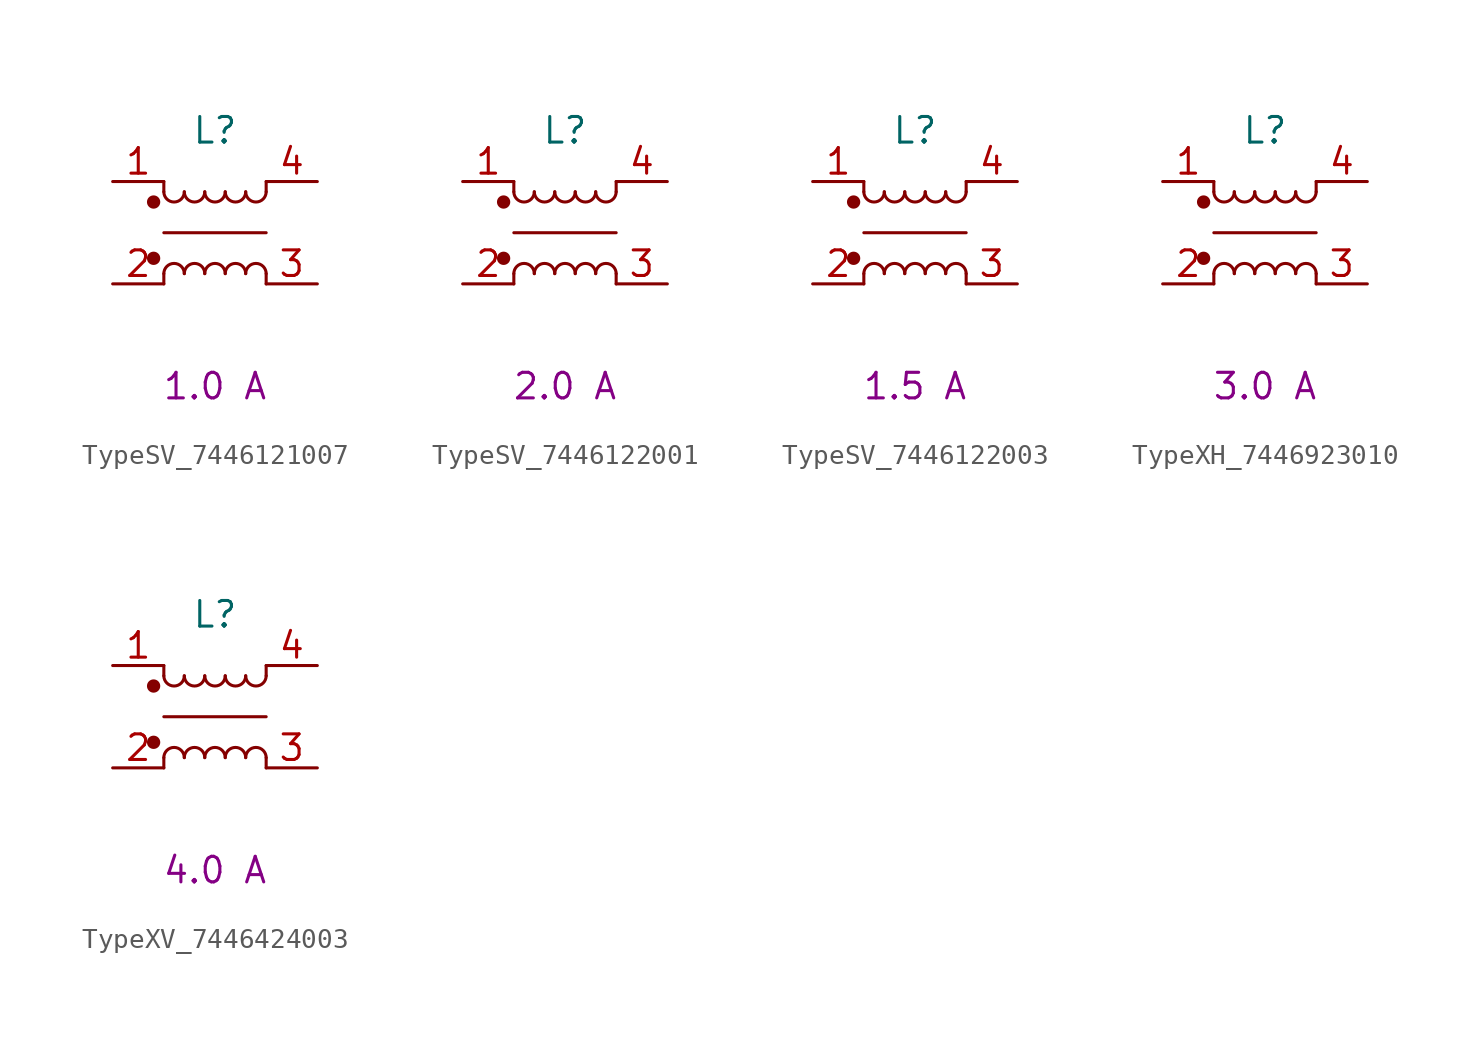
<source format=kicad_sym>
(kicad_symbol_lib
  (version 20220914)
  (generator kicad_symbol_editor)
  (symbol "TypeSV_7446121007"
    (pin_names hide)
    (property "Reference" "L"
      (at 0 5.08 0)
      (effects (font (size 1.27 1.27))))
    (property "Critical Parameter" "1.0 A"
      (at 0 -7.62 0)
      (effects (font (size 1.27 1.27))))
    (symbol "TypeSV_7446121007_0_1"
      (circle (center -3.048 -1.27) (radius 0.254) (stroke (width 0) (type default)) (fill (type outline)))
      (circle (center -3.048 1.524) (radius 0.254) (stroke (width 0) (type default)) (fill (type outline)))
      (arc (start -2.54 2.032) (mid -2.032 1.5262) (end -1.524 2.032) (stroke (width 0) (type default)) (fill (type none)))
      (arc (start -1.524 -2.032) (mid -2.032 -1.5262) (end -2.54 -2.032) (stroke (width 0) (type default)) (fill (type none)))
      (arc (start -1.524 2.032) (mid -1.016 1.5262) (end -0.508 2.032) (stroke (width 0) (type default)) (fill (type none)))
      (arc (start -0.508 -2.032) (mid -1.016 -1.5262) (end -1.524 -2.032) (stroke (width 0) (type default)) (fill (type none)))
      (arc (start -0.508 2.032) (mid 0 1.5262) (end 0.508 2.032) (stroke (width 0) (type default)) (fill (type none)))
      (polyline (pts (xy -2.54 -2.032) (xy -2.54 -2.54)) (stroke (width 0) (type default)) (fill (type none)))
      (polyline (pts (xy -2.54 2.032) (xy -2.54 2.54)) (stroke (width 0) (type default)) (fill (type none)))
      (polyline (pts (xy 2.54 -2.032) (xy 2.54 -2.54)) (stroke (width 0) (type default)) (fill (type none)))
      (polyline (pts (xy 2.54 0) (xy -2.54 0)) (stroke (width 0) (type default)) (fill (type none)))
      (polyline (pts (xy 2.54 2.54) (xy 2.54 2.032)) (stroke (width 0) (type default)) (fill (type none)))
      (arc (start 0.508 -2.032) (mid 0 -1.5262) (end -0.508 -2.032) (stroke (width 0) (type default)) (fill (type none)))
      (arc (start 0.508 2.032) (mid 1.016 1.5262) (end 1.524 2.032) (stroke (width 0) (type default)) (fill (type none)))
      (arc (start 1.524 -2.032) (mid 1.016 -1.5262) (end 0.508 -2.032) (stroke (width 0) (type default)) (fill (type none)))
      (arc (start 1.524 2.032) (mid 2.032 1.5262) (end 2.54 2.032) (stroke (width 0) (type default)) (fill (type none)))
      (arc (start 2.54 -2.032) (mid 2.032 -1.5262) (end 1.524 -2.032) (stroke (width 0) (type default)) (fill (type none))))
    (symbol "TypeSV_7446121007_1_1"
      (pin passive line (at -5.08 2.54 0) (length 2.54) (name "1" (effects (font (size 1.27 1.27)))) (number "1" (effects (font (size 1.27 1.27)))))
      (pin passive line (at -5.08 -2.54 0) (length 2.54) (name "2" (effects (font (size 1.27 1.27)))) (number "2" (effects (font (size 1.27 1.27)))))
      (pin passive line (at 5.08 -2.54 180) (length 2.54) (name "3" (effects (font (size 1.27 1.27)))) (number "3" (effects (font (size 1.27 1.27)))))
      (pin passive line (at 5.08 2.54 180) (length 2.54) (name "4" (effects (font (size 1.27 1.27)))) (number "4" (effects (font (size 1.27 1.27)))))))
  (symbol "TypeSV_7446122001"
    (pin_names hide)
    (property "Reference" "L"
      (at 0 5.08 0)
      (effects (font (size 1.27 1.27))))
    (property "Critical Parameter" "2.0 A"
      (at 0 -7.62 0)
      (effects (font (size 1.27 1.27))))
    (symbol "TypeSV_7446122001_0_1"
      (circle (center -3.048 -1.27) (radius 0.254) (stroke (width 0) (type default)) (fill (type outline)))
      (circle (center -3.048 1.524) (radius 0.254) (stroke (width 0) (type default)) (fill (type outline)))
      (arc (start -2.54 2.032) (mid -2.032 1.5262) (end -1.524 2.032) (stroke (width 0) (type default)) (fill (type none)))
      (arc (start -1.524 -2.032) (mid -2.032 -1.5262) (end -2.54 -2.032) (stroke (width 0) (type default)) (fill (type none)))
      (arc (start -1.524 2.032) (mid -1.016 1.5262) (end -0.508 2.032) (stroke (width 0) (type default)) (fill (type none)))
      (arc (start -0.508 -2.032) (mid -1.016 -1.5262) (end -1.524 -2.032) (stroke (width 0) (type default)) (fill (type none)))
      (arc (start -0.508 2.032) (mid 0 1.5262) (end 0.508 2.032) (stroke (width 0) (type default)) (fill (type none)))
      (polyline (pts (xy -2.54 -2.032) (xy -2.54 -2.54)) (stroke (width 0) (type default)) (fill (type none)))
      (polyline (pts (xy -2.54 2.032) (xy -2.54 2.54)) (stroke (width 0) (type default)) (fill (type none)))
      (polyline (pts (xy 2.54 -2.032) (xy 2.54 -2.54)) (stroke (width 0) (type default)) (fill (type none)))
      (polyline (pts (xy 2.54 0) (xy -2.54 0)) (stroke (width 0) (type default)) (fill (type none)))
      (polyline (pts (xy 2.54 2.54) (xy 2.54 2.032)) (stroke (width 0) (type default)) (fill (type none)))
      (arc (start 0.508 -2.032) (mid 0 -1.5262) (end -0.508 -2.032) (stroke (width 0) (type default)) (fill (type none)))
      (arc (start 0.508 2.032) (mid 1.016 1.5262) (end 1.524 2.032) (stroke (width 0) (type default)) (fill (type none)))
      (arc (start 1.524 -2.032) (mid 1.016 -1.5262) (end 0.508 -2.032) (stroke (width 0) (type default)) (fill (type none)))
      (arc (start 1.524 2.032) (mid 2.032 1.5262) (end 2.54 2.032) (stroke (width 0) (type default)) (fill (type none)))
      (arc (start 2.54 -2.032) (mid 2.032 -1.5262) (end 1.524 -2.032) (stroke (width 0) (type default)) (fill (type none))))
    (symbol "TypeSV_7446122001_1_1"
      (pin passive line (at -5.08 2.54 0) (length 2.54) (name "1" (effects (font (size 1.27 1.27)))) (number "1" (effects (font (size 1.27 1.27)))))
      (pin passive line (at -5.08 -2.54 0) (length 2.54) (name "2" (effects (font (size 1.27 1.27)))) (number "2" (effects (font (size 1.27 1.27)))))
      (pin passive line (at 5.08 -2.54 180) (length 2.54) (name "3" (effects (font (size 1.27 1.27)))) (number "3" (effects (font (size 1.27 1.27)))))
      (pin passive line (at 5.08 2.54 180) (length 2.54) (name "4" (effects (font (size 1.27 1.27)))) (number "4" (effects (font (size 1.27 1.27)))))))
  (symbol "TypeSV_7446122003"
    (pin_names hide)
    (property "Reference" "L"
      (at 0 5.08 0)
      (effects (font (size 1.27 1.27))))
    (property "Critical Parameter" "1.5 A"
      (at 0 -7.62 0)
      (effects (font (size 1.27 1.27))))
    (symbol "TypeSV_7446122003_0_1"
      (circle (center -3.048 -1.27) (radius 0.254) (stroke (width 0) (type default)) (fill (type outline)))
      (circle (center -3.048 1.524) (radius 0.254) (stroke (width 0) (type default)) (fill (type outline)))
      (arc (start -2.54 2.032) (mid -2.032 1.5262) (end -1.524 2.032) (stroke (width 0) (type default)) (fill (type none)))
      (arc (start -1.524 -2.032) (mid -2.032 -1.5262) (end -2.54 -2.032) (stroke (width 0) (type default)) (fill (type none)))
      (arc (start -1.524 2.032) (mid -1.016 1.5262) (end -0.508 2.032) (stroke (width 0) (type default)) (fill (type none)))
      (arc (start -0.508 -2.032) (mid -1.016 -1.5262) (end -1.524 -2.032) (stroke (width 0) (type default)) (fill (type none)))
      (arc (start -0.508 2.032) (mid 0 1.5262) (end 0.508 2.032) (stroke (width 0) (type default)) (fill (type none)))
      (polyline (pts (xy -2.54 -2.032) (xy -2.54 -2.54)) (stroke (width 0) (type default)) (fill (type none)))
      (polyline (pts (xy -2.54 2.032) (xy -2.54 2.54)) (stroke (width 0) (type default)) (fill (type none)))
      (polyline (pts (xy 2.54 -2.032) (xy 2.54 -2.54)) (stroke (width 0) (type default)) (fill (type none)))
      (polyline (pts (xy 2.54 0) (xy -2.54 0)) (stroke (width 0) (type default)) (fill (type none)))
      (polyline (pts (xy 2.54 2.54) (xy 2.54 2.032)) (stroke (width 0) (type default)) (fill (type none)))
      (arc (start 0.508 -2.032) (mid 0 -1.5262) (end -0.508 -2.032) (stroke (width 0) (type default)) (fill (type none)))
      (arc (start 0.508 2.032) (mid 1.016 1.5262) (end 1.524 2.032) (stroke (width 0) (type default)) (fill (type none)))
      (arc (start 1.524 -2.032) (mid 1.016 -1.5262) (end 0.508 -2.032) (stroke (width 0) (type default)) (fill (type none)))
      (arc (start 1.524 2.032) (mid 2.032 1.5262) (end 2.54 2.032) (stroke (width 0) (type default)) (fill (type none)))
      (arc (start 2.54 -2.032) (mid 2.032 -1.5262) (end 1.524 -2.032) (stroke (width 0) (type default)) (fill (type none))))
    (symbol "TypeSV_7446122003_1_1"
      (pin passive line (at -5.08 2.54 0) (length 2.54) (name "1" (effects (font (size 1.27 1.27)))) (number "1" (effects (font (size 1.27 1.27)))))
      (pin passive line (at -5.08 -2.54 0) (length 2.54) (name "2" (effects (font (size 1.27 1.27)))) (number "2" (effects (font (size 1.27 1.27)))))
      (pin passive line (at 5.08 -2.54 180) (length 2.54) (name "3" (effects (font (size 1.27 1.27)))) (number "3" (effects (font (size 1.27 1.27)))))
      (pin passive line (at 5.08 2.54 180) (length 2.54) (name "4" (effects (font (size 1.27 1.27)))) (number "4" (effects (font (size 1.27 1.27)))))))
  (symbol "TypeXH_7446923010"
    (pin_names hide)
    (property "Reference" "L"
      (at 0 5.08 0)
      (effects (font (size 1.27 1.27))))
    (property "Critical Parameter" "3.0 A"
      (at 0 -7.62 0)
      (effects (font (size 1.27 1.27))))
    (symbol "TypeXH_7446923010_0_1"
      (circle (center -3.048 -1.27) (radius 0.254) (stroke (width 0) (type default)) (fill (type outline)))
      (circle (center -3.048 1.524) (radius 0.254) (stroke (width 0) (type default)) (fill (type outline)))
      (arc (start -2.54 2.032) (mid -2.032 1.5262) (end -1.524 2.032) (stroke (width 0) (type default)) (fill (type none)))
      (arc (start -1.524 -2.032) (mid -2.032 -1.5262) (end -2.54 -2.032) (stroke (width 0) (type default)) (fill (type none)))
      (arc (start -1.524 2.032) (mid -1.016 1.5262) (end -0.508 2.032) (stroke (width 0) (type default)) (fill (type none)))
      (arc (start -0.508 -2.032) (mid -1.016 -1.5262) (end -1.524 -2.032) (stroke (width 0) (type default)) (fill (type none)))
      (arc (start -0.508 2.032) (mid 0 1.5262) (end 0.508 2.032) (stroke (width 0) (type default)) (fill (type none)))
      (polyline (pts (xy -2.54 -2.032) (xy -2.54 -2.54)) (stroke (width 0) (type default)) (fill (type none)))
      (polyline (pts (xy -2.54 2.032) (xy -2.54 2.54)) (stroke (width 0) (type default)) (fill (type none)))
      (polyline (pts (xy 2.54 -2.032) (xy 2.54 -2.54)) (stroke (width 0) (type default)) (fill (type none)))
      (polyline (pts (xy 2.54 0) (xy -2.54 0)) (stroke (width 0) (type default)) (fill (type none)))
      (polyline (pts (xy 2.54 2.54) (xy 2.54 2.032)) (stroke (width 0) (type default)) (fill (type none)))
      (arc (start 0.508 -2.032) (mid 0 -1.5262) (end -0.508 -2.032) (stroke (width 0) (type default)) (fill (type none)))
      (arc (start 0.508 2.032) (mid 1.016 1.5262) (end 1.524 2.032) (stroke (width 0) (type default)) (fill (type none)))
      (arc (start 1.524 -2.032) (mid 1.016 -1.5262) (end 0.508 -2.032) (stroke (width 0) (type default)) (fill (type none)))
      (arc (start 1.524 2.032) (mid 2.032 1.5262) (end 2.54 2.032) (stroke (width 0) (type default)) (fill (type none)))
      (arc (start 2.54 -2.032) (mid 2.032 -1.5262) (end 1.524 -2.032) (stroke (width 0) (type default)) (fill (type none))))
    (symbol "TypeXH_7446923010_1_1"
      (pin passive line (at -5.08 2.54 0) (length 2.54) (name "1" (effects (font (size 1.27 1.27)))) (number "1" (effects (font (size 1.27 1.27)))))
      (pin passive line (at -5.08 -2.54 0) (length 2.54) (name "2" (effects (font (size 1.27 1.27)))) (number "2" (effects (font (size 1.27 1.27)))))
      (pin passive line (at 5.08 -2.54 180) (length 2.54) (name "3" (effects (font (size 1.27 1.27)))) (number "3" (effects (font (size 1.27 1.27)))))
      (pin passive line (at 5.08 2.54 180) (length 2.54) (name "4" (effects (font (size 1.27 1.27)))) (number "4" (effects (font (size 1.27 1.27)))))))
  (symbol "TypeXV_7446424003"
    (pin_names hide)
    (property "Reference" "L"
      (at 0 5.08 0)
      (effects (font (size 1.27 1.27))))
    (property "Critical Parameter" "4.0 A"
      (at 0 -7.62 0)
      (effects (font (size 1.27 1.27))))
    (symbol "TypeXV_7446424003_0_1"
      (circle (center -3.048 -1.27) (radius 0.254) (stroke (width 0) (type default)) (fill (type outline)))
      (circle (center -3.048 1.524) (radius 0.254) (stroke (width 0) (type default)) (fill (type outline)))
      (arc (start -2.54 2.032) (mid -2.032 1.5262) (end -1.524 2.032) (stroke (width 0) (type default)) (fill (type none)))
      (arc (start -1.524 -2.032) (mid -2.032 -1.5262) (end -2.54 -2.032) (stroke (width 0) (type default)) (fill (type none)))
      (arc (start -1.524 2.032) (mid -1.016 1.5262) (end -0.508 2.032) (stroke (width 0) (type default)) (fill (type none)))
      (arc (start -0.508 -2.032) (mid -1.016 -1.5262) (end -1.524 -2.032) (stroke (width 0) (type default)) (fill (type none)))
      (arc (start -0.508 2.032) (mid 0 1.5262) (end 0.508 2.032) (stroke (width 0) (type default)) (fill (type none)))
      (polyline (pts (xy -2.54 -2.032) (xy -2.54 -2.54)) (stroke (width 0) (type default)) (fill (type none)))
      (polyline (pts (xy -2.54 2.032) (xy -2.54 2.54)) (stroke (width 0) (type default)) (fill (type none)))
      (polyline (pts (xy 2.54 -2.032) (xy 2.54 -2.54)) (stroke (width 0) (type default)) (fill (type none)))
      (polyline (pts (xy 2.54 0) (xy -2.54 0)) (stroke (width 0) (type default)) (fill (type none)))
      (polyline (pts (xy 2.54 2.54) (xy 2.54 2.032)) (stroke (width 0) (type default)) (fill (type none)))
      (arc (start 0.508 -2.032) (mid 0 -1.5262) (end -0.508 -2.032) (stroke (width 0) (type default)) (fill (type none)))
      (arc (start 0.508 2.032) (mid 1.016 1.5262) (end 1.524 2.032) (stroke (width 0) (type default)) (fill (type none)))
      (arc (start 1.524 -2.032) (mid 1.016 -1.5262) (end 0.508 -2.032) (stroke (width 0) (type default)) (fill (type none)))
      (arc (start 1.524 2.032) (mid 2.032 1.5262) (end 2.54 2.032) (stroke (width 0) (type default)) (fill (type none)))
      (arc (start 2.54 -2.032) (mid 2.032 -1.5262) (end 1.524 -2.032) (stroke (width 0) (type default)) (fill (type none))))
    (symbol "TypeXV_7446424003_1_1"
      (pin passive line (at -5.08 2.54 0) (length 2.54) (name "1" (effects (font (size 1.27 1.27)))) (number "1" (effects (font (size 1.27 1.27)))))
      (pin passive line (at -5.08 -2.54 0) (length 2.54) (name "2" (effects (font (size 1.27 1.27)))) (number "2" (effects (font (size 1.27 1.27)))))
      (pin passive line (at 5.08 -2.54 180) (length 2.54) (name "3" (effects (font (size 1.27 1.27)))) (number "3" (effects (font (size 1.27 1.27)))))
      (pin passive line (at 5.08 2.54 180) (length 2.54) (name "4" (effects (font (size 1.27 1.27)))) (number "4" (effects (font (size 1.27 1.27))))))))
</source>
